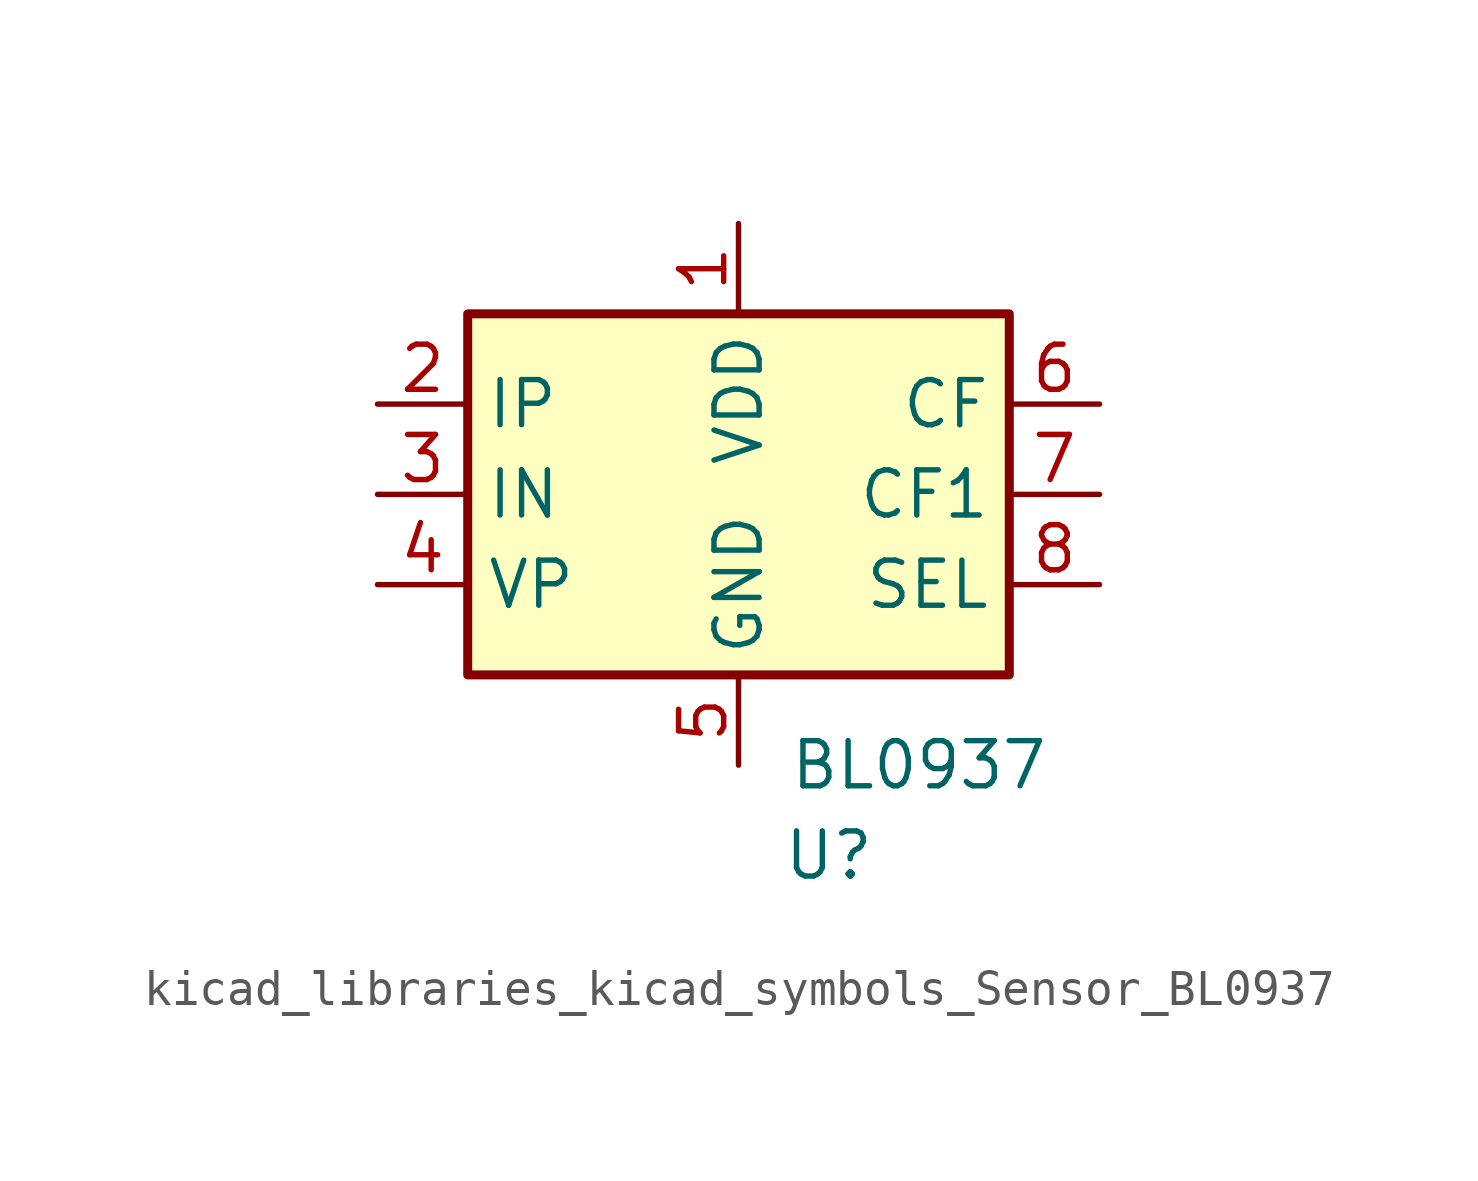
<source format=kicad_sym>
(kicad_symbol_lib
  (version 20220914)
  (generator kicad_symbol_editor)
  (symbol "kicad_libraries_kicad_symbols_Sensor_BL0937"
    (property "Reference" "U"
      (at 2.54 -10.16 0)
      (effects (font (size 1.27 1.27))))
    (property "Value" "BL0937"
      (at 5.08 -7.62 0)
      (effects (font (size 1.27 1.27))))
    (symbol "kicad_libraries_kicad_symbols_Sensor_BL0937_0_1"
      (rectangle (start -7.62 5.08) (end 7.62 -5.08) (stroke (width 0.254) (type default)) (fill (type background))))
    (symbol "kicad_libraries_kicad_symbols_Sensor_BL0937_1_1"
      (pin power_in line (at 0 7.62 270) (length 2.54) (name "VDD" (effects (font (size 1.27 1.27)))) (number "1" (effects (font (size 1.27 1.27)))))
      (pin input line (at -10.16 2.54 0) (length 2.54) (name "IP" (effects (font (size 1.27 1.27)))) (number "2" (effects (font (size 1.27 1.27)))))
      (pin input line (at -10.16 0 0) (length 2.54) (name "IN" (effects (font (size 1.27 1.27)))) (number "3" (effects (font (size 1.27 1.27)))))
      (pin input line (at -10.16 -2.54 0) (length 2.54) (name "VP" (effects (font (size 1.27 1.27)))) (number "4" (effects (font (size 1.27 1.27)))))
      (pin power_in line (at 0 -7.62 90) (length 2.54) (name "GND" (effects (font (size 1.27 1.27)))) (number "5" (effects (font (size 1.27 1.27)))))
      (pin output line (at 10.16 2.54 180) (length 2.54) (name "CF" (effects (font (size 1.27 1.27)))) (number "6" (effects (font (size 1.27 1.27)))))
      (pin output line (at 10.16 0 180) (length 2.54) (name "CF1" (effects (font (size 1.27 1.27)))) (number "7" (effects (font (size 1.27 1.27)))))
      (pin input line (at 10.16 -2.54 180) (length 2.54) (name "SEL" (effects (font (size 1.27 1.27)))) (number "8" (effects (font (size 1.27 1.27))))))))
</source>
